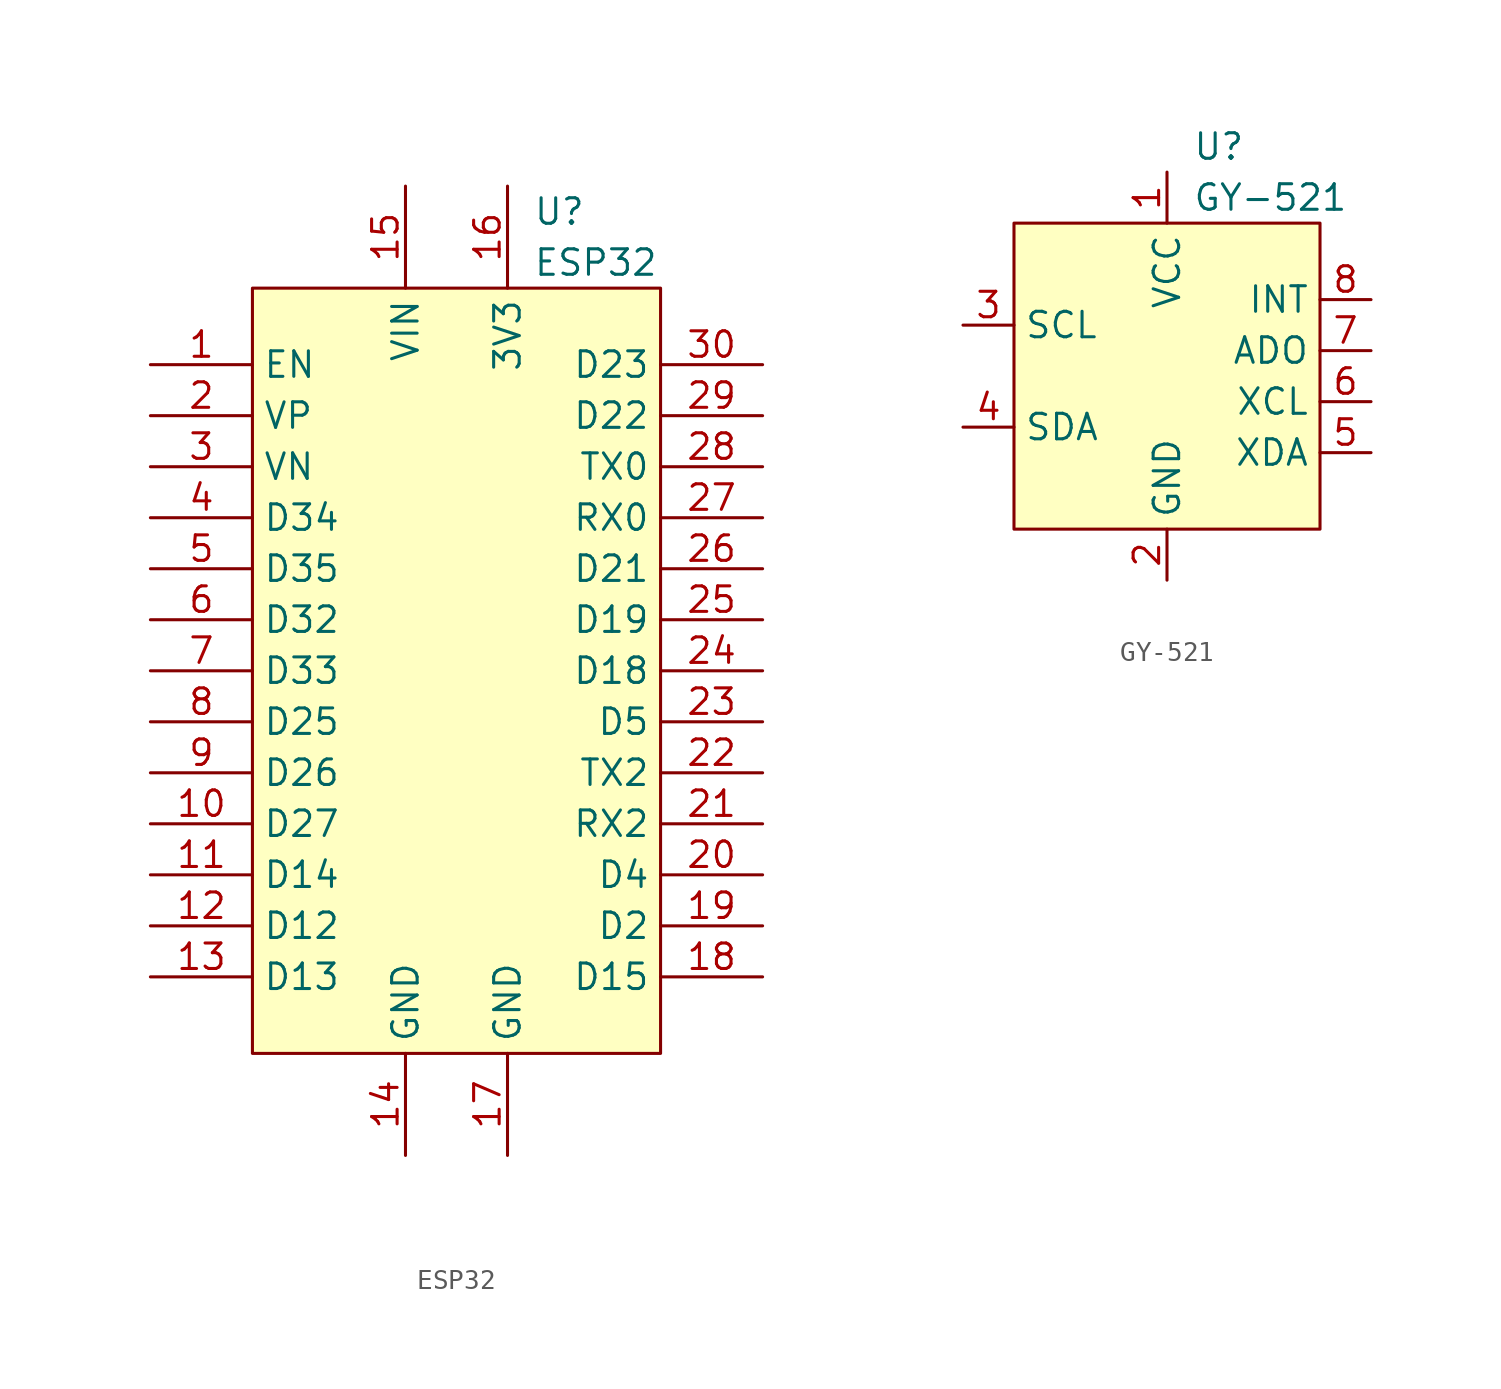
<source format=kicad_sym>
(kicad_symbol_lib
  (version 20220914)
  (generator kicad_symbol_editor)
  (symbol "ESP32"
    (property "Reference" "U"
      (at 3.81 3.81 0)
      (effects (font (size 1.27 1.27)) (justify left)))
    (property "Value" "ESP32"
      (at 3.81 1.27 0)
      (effects (font (size 1.27 1.27)) (justify left)))
    (symbol "ESP32_1_1"
      (rectangle (start -10.16 0) (end 10.16 -38.1) (stroke (width 0) (type default)) (fill (type background)))
      (pin bidirectional line (at -15.24 -3.81 0) (length 5.08) (name "EN" (effects (font (size 1.27 1.27)))) (number "1" (effects (font (size 1.27 1.27)))))
      (pin bidirectional line (at -15.24 -26.67 0) (length 5.08) (name "D27" (effects (font (size 1.27 1.27)))) (number "10" (effects (font (size 1.27 1.27)))))
      (pin bidirectional line (at -15.24 -29.21 0) (length 5.08) (name "D14" (effects (font (size 1.27 1.27)))) (number "11" (effects (font (size 1.27 1.27)))))
      (pin bidirectional line (at -15.24 -31.75 0) (length 5.08) (name "D12" (effects (font (size 1.27 1.27)))) (number "12" (effects (font (size 1.27 1.27)))))
      (pin bidirectional line (at -15.24 -34.29 0) (length 5.08) (name "D13" (effects (font (size 1.27 1.27)))) (number "13" (effects (font (size 1.27 1.27)))))
      (pin bidirectional line (at -2.54 -43.18 90) (length 5.08) (name "GND" (effects (font (size 1.27 1.27)))) (number "14" (effects (font (size 1.27 1.27)))))
      (pin bidirectional line (at -2.54 5.08 270) (length 5.08) (name "VIN" (effects (font (size 1.27 1.27)))) (number "15" (effects (font (size 1.27 1.27)))))
      (pin bidirectional line (at 2.54 5.08 270) (length 5.08) (name "3V3" (effects (font (size 1.27 1.27)))) (number "16" (effects (font (size 1.27 1.27)))))
      (pin bidirectional line (at 2.54 -43.18 90) (length 5.08) (name "GND" (effects (font (size 1.27 1.27)))) (number "17" (effects (font (size 1.27 1.27)))))
      (pin bidirectional line (at 15.24 -34.29 180) (length 5.08) (name "D15" (effects (font (size 1.27 1.27)))) (number "18" (effects (font (size 1.27 1.27)))))
      (pin bidirectional line (at 15.24 -31.75 180) (length 5.08) (name "D2" (effects (font (size 1.27 1.27)))) (number "19" (effects (font (size 1.27 1.27)))))
      (pin bidirectional line (at -15.24 -6.35 0) (length 5.08) (name "VP" (effects (font (size 1.27 1.27)))) (number "2" (effects (font (size 1.27 1.27)))))
      (pin bidirectional line (at 15.24 -29.21 180) (length 5.08) (name "D4" (effects (font (size 1.27 1.27)))) (number "20" (effects (font (size 1.27 1.27)))))
      (pin bidirectional line (at 15.24 -26.67 180) (length 5.08) (name "RX2" (effects (font (size 1.27 1.27)))) (number "21" (effects (font (size 1.27 1.27)))))
      (pin bidirectional line (at 15.24 -24.13 180) (length 5.08) (name "TX2" (effects (font (size 1.27 1.27)))) (number "22" (effects (font (size 1.27 1.27)))))
      (pin bidirectional line (at 15.24 -21.59 180) (length 5.08) (name "D5" (effects (font (size 1.27 1.27)))) (number "23" (effects (font (size 1.27 1.27)))))
      (pin bidirectional line (at 15.24 -19.05 180) (length 5.08) (name "D18" (effects (font (size 1.27 1.27)))) (number "24" (effects (font (size 1.27 1.27)))))
      (pin bidirectional line (at 15.24 -16.51 180) (length 5.08) (name "D19" (effects (font (size 1.27 1.27)))) (number "25" (effects (font (size 1.27 1.27)))))
      (pin bidirectional line (at 15.24 -13.97 180) (length 5.08) (name "D21" (effects (font (size 1.27 1.27)))) (number "26" (effects (font (size 1.27 1.27)))))
      (pin bidirectional line (at 15.24 -11.43 180) (length 5.08) (name "RX0" (effects (font (size 1.27 1.27)))) (number "27" (effects (font (size 1.27 1.27)))))
      (pin bidirectional line (at 15.24 -8.89 180) (length 5.08) (name "TX0" (effects (font (size 1.27 1.27)))) (number "28" (effects (font (size 1.27 1.27)))))
      (pin bidirectional line (at 15.24 -6.35 180) (length 5.08) (name "D22" (effects (font (size 1.27 1.27)))) (number "29" (effects (font (size 1.27 1.27)))))
      (pin bidirectional line (at -15.24 -8.89 0) (length 5.08) (name "VN" (effects (font (size 1.27 1.27)))) (number "3" (effects (font (size 1.27 1.27)))))
      (pin bidirectional line (at 15.24 -3.81 180) (length 5.08) (name "D23" (effects (font (size 1.27 1.27)))) (number "30" (effects (font (size 1.27 1.27)))))
      (pin bidirectional line (at -15.24 -11.43 0) (length 5.08) (name "D34" (effects (font (size 1.27 1.27)))) (number "4" (effects (font (size 1.27 1.27)))))
      (pin bidirectional line (at -15.24 -13.97 0) (length 5.08) (name "D35" (effects (font (size 1.27 1.27)))) (number "5" (effects (font (size 1.27 1.27)))))
      (pin bidirectional line (at -15.24 -16.51 0) (length 5.08) (name "D32" (effects (font (size 1.27 1.27)))) (number "6" (effects (font (size 1.27 1.27)))))
      (pin bidirectional line (at -15.24 -19.05 0) (length 5.08) (name "D33" (effects (font (size 1.27 1.27)))) (number "7" (effects (font (size 1.27 1.27)))))
      (pin bidirectional line (at -15.24 -21.59 0) (length 5.08) (name "D25" (effects (font (size 1.27 1.27)))) (number "8" (effects (font (size 1.27 1.27)))))
      (pin bidirectional line (at -15.24 -24.13 0) (length 5.08) (name "D26" (effects (font (size 1.27 1.27)))) (number "9" (effects (font (size 1.27 1.27)))))))
  (symbol "GY-521"
    (property "Reference" "U"
      (at 8.89 3.81 0)
      (effects (font (size 1.27 1.27)) (justify left)))
    (property "Value" "GY-521"
      (at 8.89 1.27 0)
      (effects (font (size 1.27 1.27)) (justify left)))
    (symbol "GY-521_1_1"
      (rectangle (start 0 0) (end 15.24 -15.24) (stroke (width 0) (type default)) (fill (type background)))
      (pin bidirectional line (at 7.62 2.54 270) (length 2.54) (name "VCC" (effects (font (size 1.27 1.27)))) (number "1" (effects (font (size 1.27 1.27)))))
      (pin bidirectional line (at 7.62 -17.78 90) (length 2.54) (name "GND" (effects (font (size 1.27 1.27)))) (number "2" (effects (font (size 1.27 1.27)))))
      (pin bidirectional line (at -2.54 -5.08 0) (length 2.54) (name "SCL" (effects (font (size 1.27 1.27)))) (number "3" (effects (font (size 1.27 1.27)))))
      (pin bidirectional line (at -2.54 -10.16 0) (length 2.54) (name "SDA" (effects (font (size 1.27 1.27)))) (number "4" (effects (font (size 1.27 1.27)))))
      (pin bidirectional line (at 17.78 -11.43 180) (length 2.54) (name "XDA" (effects (font (size 1.27 1.27)))) (number "5" (effects (font (size 1.27 1.27)))))
      (pin bidirectional line (at 17.78 -8.89 180) (length 2.54) (name "XCL" (effects (font (size 1.27 1.27)))) (number "6" (effects (font (size 1.27 1.27)))))
      (pin bidirectional line (at 17.78 -6.35 180) (length 2.54) (name "ADO" (effects (font (size 1.27 1.27)))) (number "7" (effects (font (size 1.27 1.27)))))
      (pin bidirectional line (at 17.78 -3.81 180) (length 2.54) (name "INT" (effects (font (size 1.27 1.27)))) (number "8" (effects (font (size 1.27 1.27))))))))
</source>
